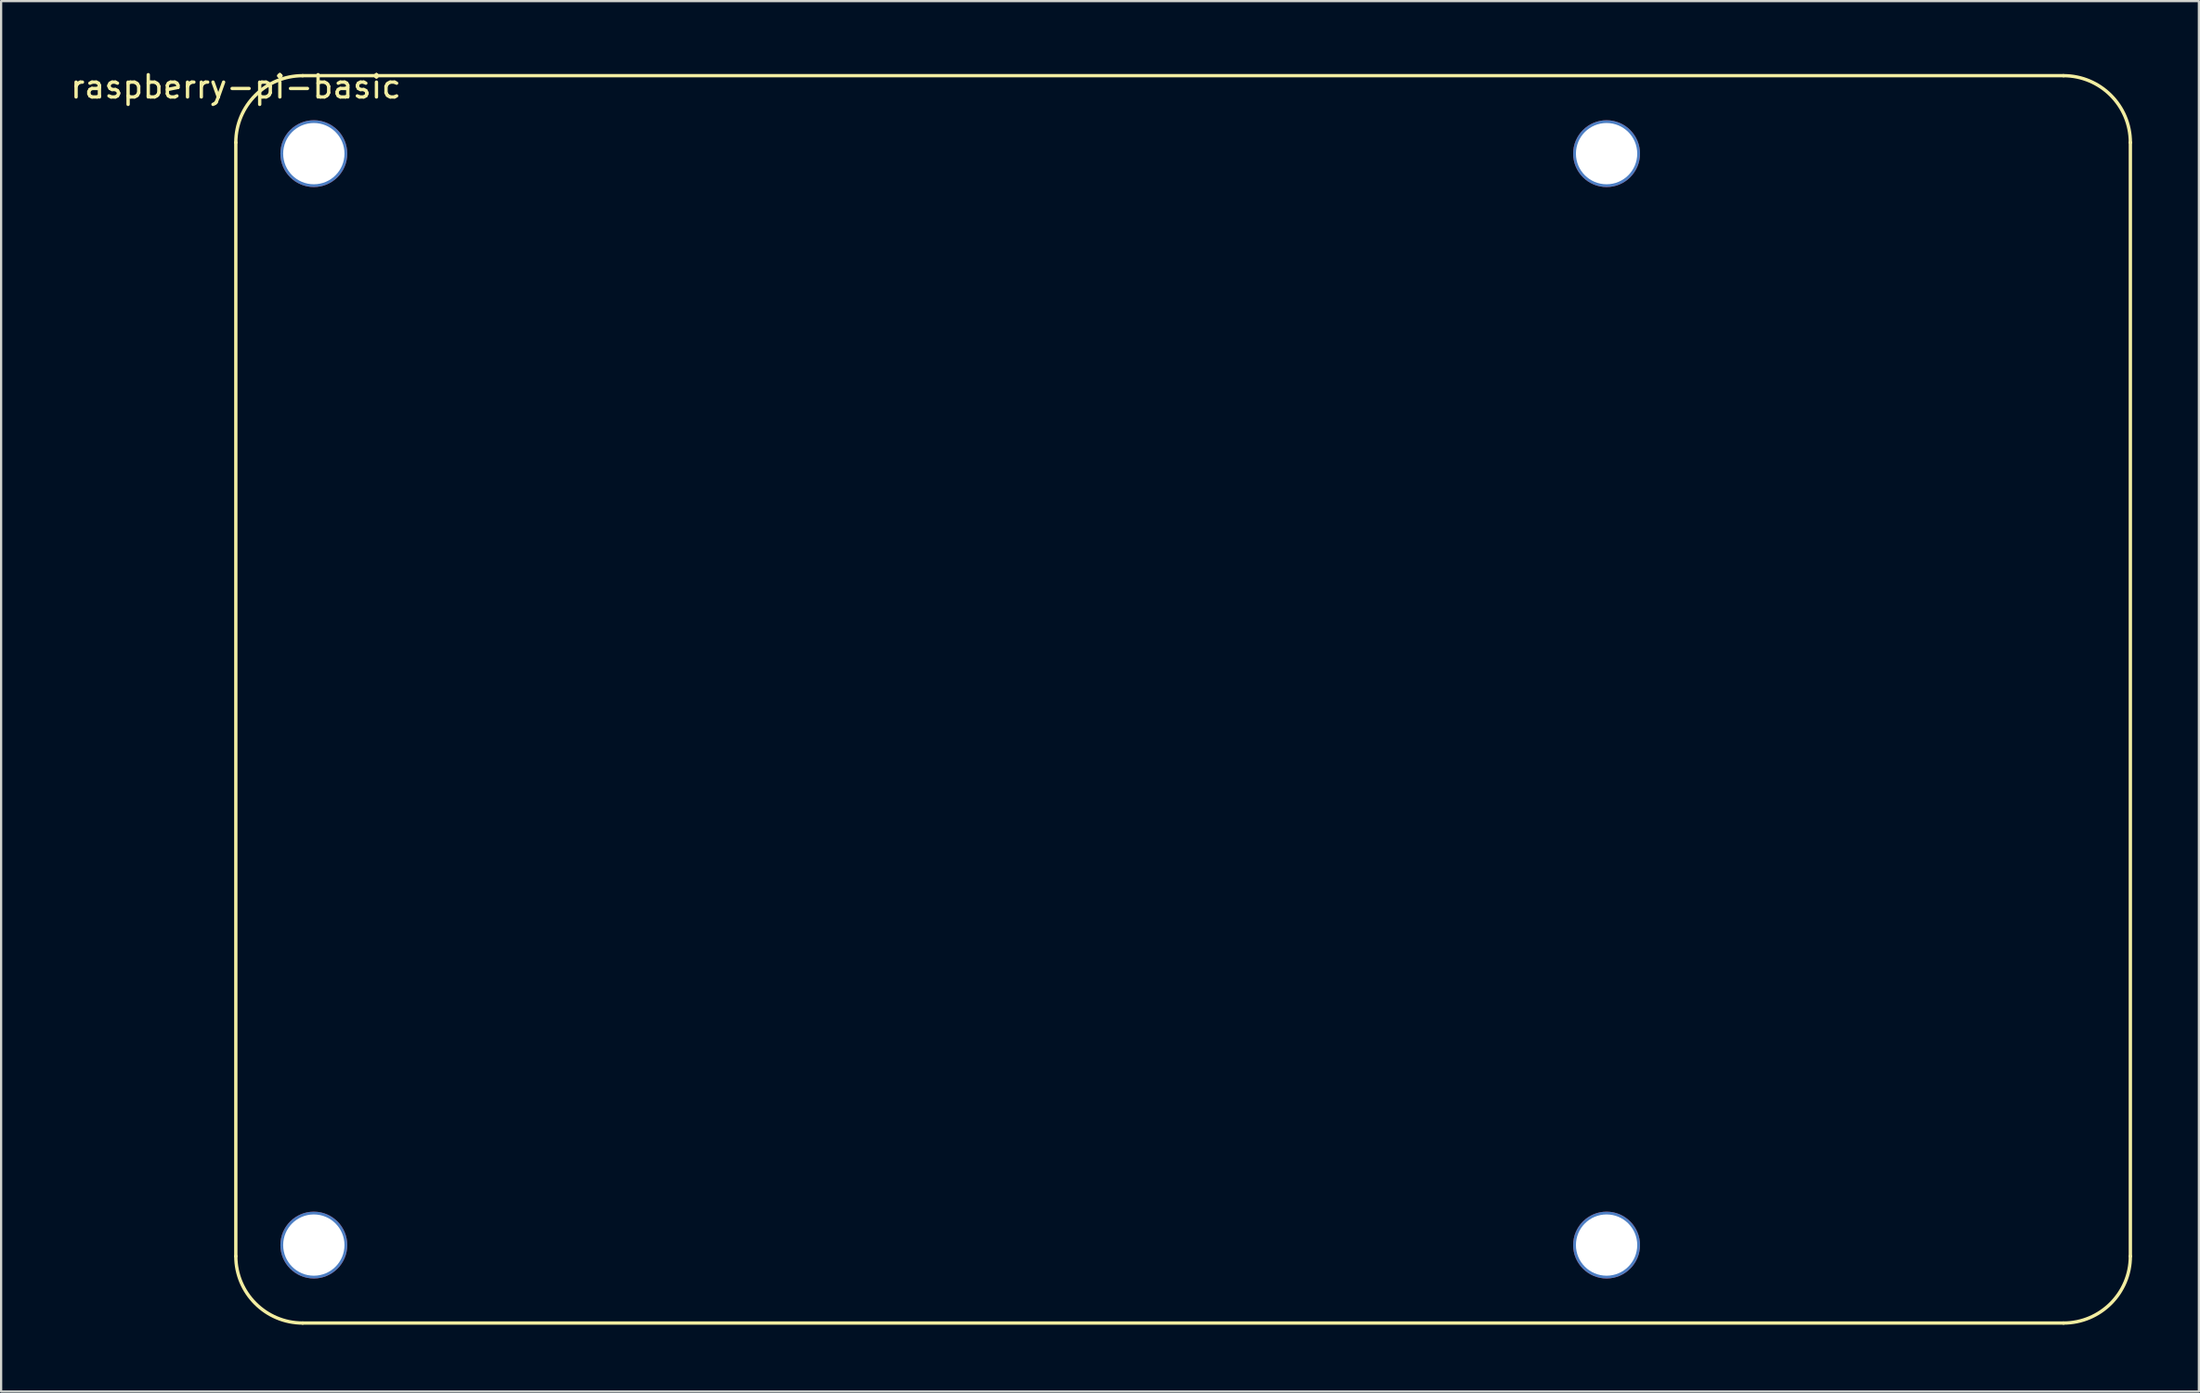
<source format=kicad_pcb>
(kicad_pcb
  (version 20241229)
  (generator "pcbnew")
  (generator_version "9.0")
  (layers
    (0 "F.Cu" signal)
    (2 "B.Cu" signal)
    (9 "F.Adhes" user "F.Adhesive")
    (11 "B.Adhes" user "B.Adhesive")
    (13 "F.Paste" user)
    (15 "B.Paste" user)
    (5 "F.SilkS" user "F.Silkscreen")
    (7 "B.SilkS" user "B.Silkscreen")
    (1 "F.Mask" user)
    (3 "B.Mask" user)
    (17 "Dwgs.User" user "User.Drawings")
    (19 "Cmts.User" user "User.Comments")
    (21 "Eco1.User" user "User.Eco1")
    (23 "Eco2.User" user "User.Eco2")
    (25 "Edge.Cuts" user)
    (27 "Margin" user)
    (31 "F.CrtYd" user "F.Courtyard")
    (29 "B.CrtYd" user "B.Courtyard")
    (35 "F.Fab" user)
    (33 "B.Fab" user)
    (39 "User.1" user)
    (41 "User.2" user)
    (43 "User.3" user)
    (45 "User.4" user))
  (footprint "raspberry-pi-basic"
    (layer "F.Cu")
    (at 7.53 0.348)
    (property "Reference" "raspberry-pi-basic" (at 0 0.5 0) (layer "F.SilkS") (effects (font (size 1 1) (thickness 0.15))))
    (attr through_hole)
    (fp_line (start 0 53) (end 0 3) (stroke (width 0.15) (type solid)) (layer "F.SilkS"))
    (fp_line (start 3 0) (end 82 0) (stroke (width 0.15) (type solid)) (layer "F.SilkS"))
    (fp_line (start 82 56) (end 3 56) (stroke (width 0.15) (type solid)) (layer "F.SilkS"))
    (fp_line (start 85 3) (end 85 53) (stroke (width 0.15) (type solid)) (layer "F.SilkS"))
    (fp_arc (start 0 3) (mid 0.87868 0.87868) (end 3 0) (stroke (width 0.15) (type solid)) (layer "F.SilkS"))
    (fp_arc (start 3 56) (mid 0.87868 55.12132) (end 0 53) (stroke (width 0.15) (type solid)) (layer "F.SilkS"))
    (fp_arc (start 82 0) (mid 84.12132 0.87868) (end 85 3) (stroke (width 0.15) (type solid)) (layer "F.SilkS"))
    (fp_arc (start 85 53) (mid 84.12132 55.12132) (end 82 56) (stroke (width 0.15) (type solid)) (layer "F.SilkS"))
    (pad "" np_thru_hole circle (at 3.5 3.5) (size 3 3) (drill 2.75) (layers "*.Cu" "*.Mask"))
    (pad "" np_thru_hole circle (at 3.5 52.5) (size 3 3) (drill 2.75) (layers "*.Cu" "*.Mask"))
    (pad "" np_thru_hole circle (at 61.5 3.5) (size 3 3) (drill 2.75) (layers "*.Cu" "*.Mask"))
    (pad "" np_thru_hole circle (at 61.5 52.5) (size 3 3) (drill 2.75) (layers "*.Cu" "*.Mask")))
  (gr_rect
    (start -3 -3)
    (end 95.605 59.423)
    (stroke (width 0.1) (type default))
    (fill no)
    (layer "Edge.Cuts")))
</source>
